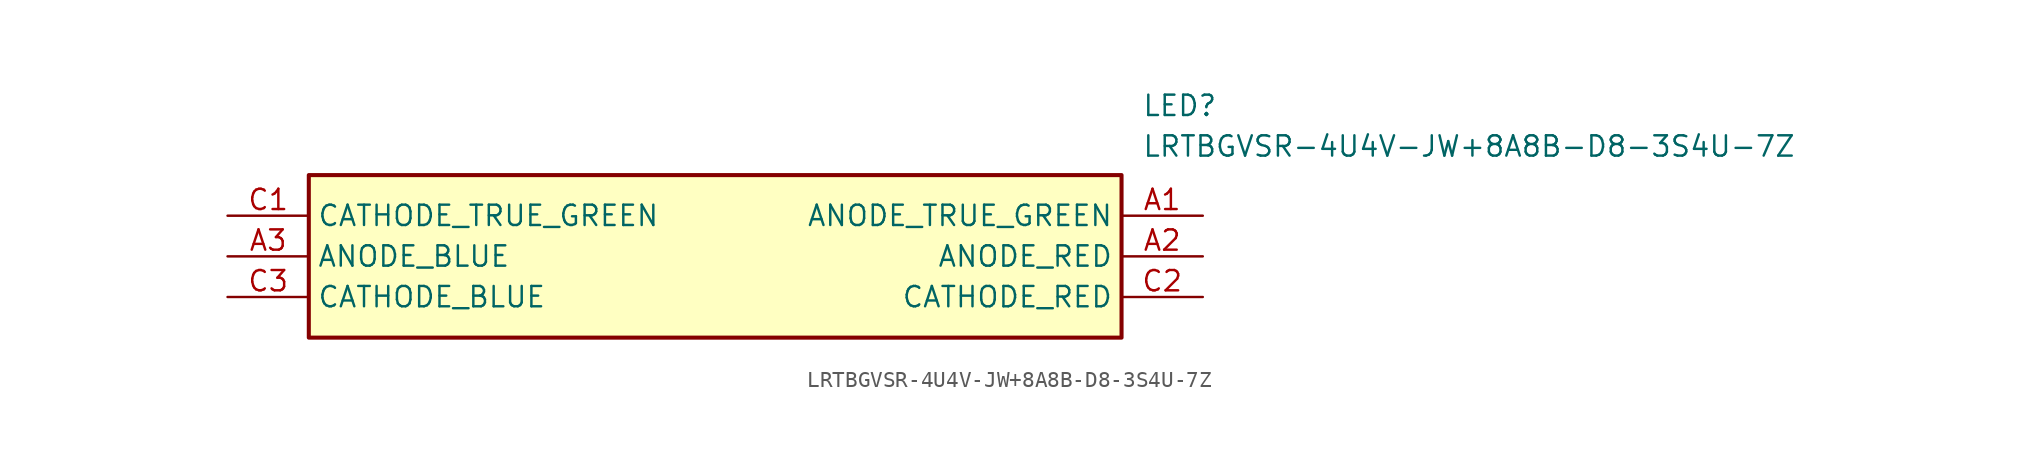
<source format=kicad_sym>
(kicad_symbol_lib
  (version 20241209)
  (generator "kicad_symbol_editor")
  (generator_version "9.0")
  (symbol "LRTBGVSR-4U4V-JW+8A8B-D8-3S4U-7Z"
    (property "Reference" "LED"
      (at 57.15 7.62 0)
      (effects (font (size 1.27 1.27)) (justify left top)))
    (property "Value" "LRTBGVSR-4U4V-JW+8A8B-D8-3S4U-7Z"
      (at 57.15 5.08 0)
      (effects (font (size 1.27 1.27)) (justify left top)))
    (symbol "LRTBGVSR-4U4V-JW+8A8B-D8-3S4U-7Z_1_1"
      (rectangle (start 5.08 2.54) (end 55.88 -7.62) (stroke (width 0.254) (type default)) (fill (type background)))
      (pin passive line (at 0 0 0) (length 5.08) (name "CATHODE_TRUE_GREEN" (effects (font (size 1.27 1.27)))) (number "C1" (effects (font (size 1.27 1.27)))))
      (pin passive line (at 0 -2.54 0) (length 5.08) (name "ANODE_BLUE" (effects (font (size 1.27 1.27)))) (number "A3" (effects (font (size 1.27 1.27)))))
      (pin passive line (at 0 -5.08 0) (length 5.08) (name "CATHODE_BLUE" (effects (font (size 1.27 1.27)))) (number "C3" (effects (font (size 1.27 1.27)))))
      (pin passive line (at 60.96 0 180) (length 5.08) (name "ANODE_TRUE_GREEN" (effects (font (size 1.27 1.27)))) (number "A1" (effects (font (size 1.27 1.27)))))
      (pin passive line (at 60.96 -2.54 180) (length 5.08) (name "ANODE_RED" (effects (font (size 1.27 1.27)))) (number "A2" (effects (font (size 1.27 1.27)))))
      (pin passive line (at 60.96 -5.08 180) (length 5.08) (name "CATHODE_RED" (effects (font (size 1.27 1.27)))) (number "C2" (effects (font (size 1.27 1.27))))))))
</source>
